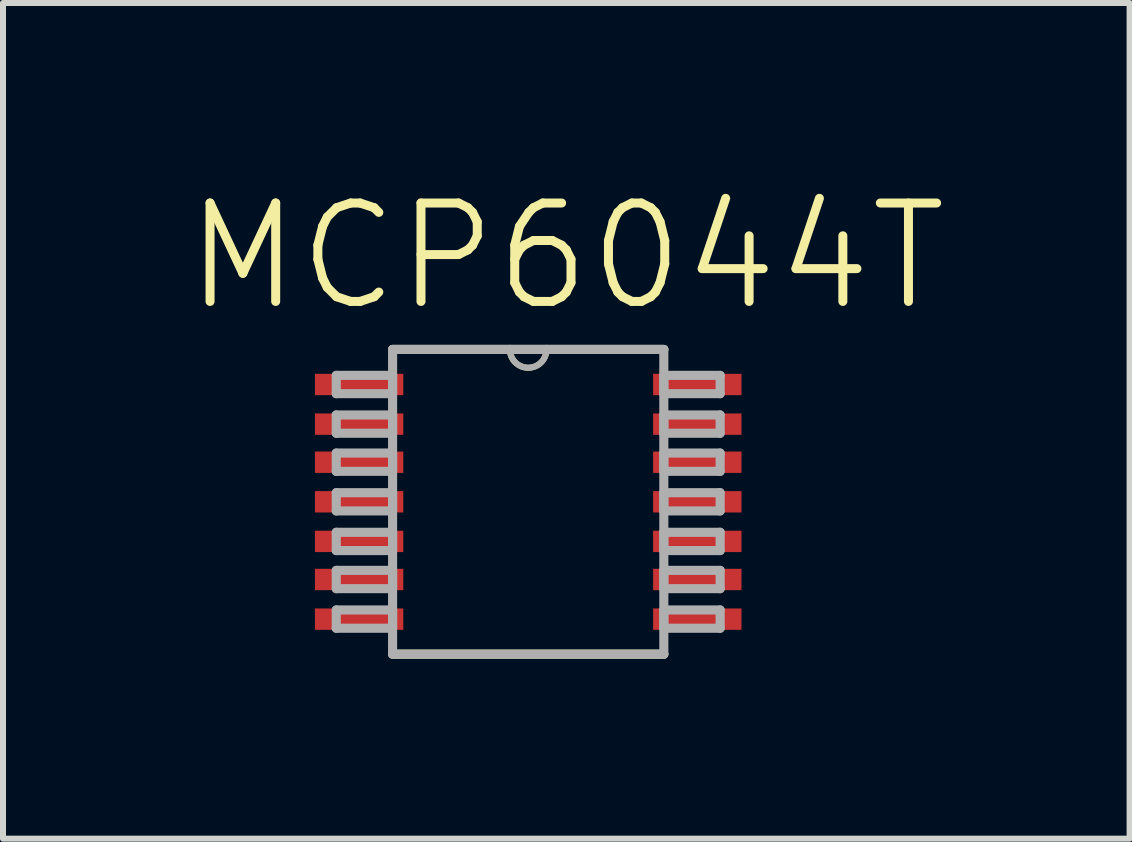
<source format=kicad_pcb>
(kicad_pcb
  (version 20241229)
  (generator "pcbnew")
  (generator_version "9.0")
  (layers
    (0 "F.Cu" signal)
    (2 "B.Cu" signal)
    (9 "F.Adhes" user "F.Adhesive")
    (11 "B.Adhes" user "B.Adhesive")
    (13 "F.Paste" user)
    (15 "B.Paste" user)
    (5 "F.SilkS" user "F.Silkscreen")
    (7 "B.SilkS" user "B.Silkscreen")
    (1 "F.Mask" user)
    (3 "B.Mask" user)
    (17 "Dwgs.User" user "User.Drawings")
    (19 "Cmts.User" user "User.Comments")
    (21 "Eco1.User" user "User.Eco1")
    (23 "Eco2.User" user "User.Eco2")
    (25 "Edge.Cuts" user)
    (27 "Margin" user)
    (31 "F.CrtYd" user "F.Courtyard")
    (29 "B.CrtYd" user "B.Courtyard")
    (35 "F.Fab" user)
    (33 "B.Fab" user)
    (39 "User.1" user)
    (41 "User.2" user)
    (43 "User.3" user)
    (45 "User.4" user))
  (footprint "MCP6044T"
    (layer "F.Cu")
    (at 5.756 5.316)
    (property "Reference" "MCP6044T" (at 0.635 -4.092 0) (layer "F.SilkS") (effects (font (size 1.641 1.641) (thickness 0.15))))
    (attr through_hole)
    (fp_line (start -2.261 2.54) (end 2.261 2.54) (stroke (width 0.152) (type solid)) (layer "F.SilkS"))
    (fp_line (start -0.305 -2.54) (end -2.261 -2.54) (stroke (width 0.152) (type solid)) (layer "F.SilkS"))
    (fp_line (start 0.305 -2.54) (end -0.305 -2.54) (stroke (width 0.152) (type solid)) (layer "F.SilkS"))
    (fp_line (start 2.261 -2.54) (end 0.305 -2.54) (stroke (width 0.152) (type solid)) (layer "F.SilkS"))
    (fp_arc (start 0.3048 -2.54) (mid 0 -2.2352) (end -0.3048 -2.54) (stroke (width 0.1) (type solid)) (layer "F.SilkS"))
    (fp_line (start -3.2 -2.108) (end -3.2 -1.803) (stroke (width 0.152) (type solid)) (layer "F.Fab"))
    (fp_line (start -3.2 -1.803) (end -2.261 -1.803) (stroke (width 0.152) (type solid)) (layer "F.Fab"))
    (fp_line (start -3.2 -1.448) (end -3.2 -1.143) (stroke (width 0.152) (type solid)) (layer "F.Fab"))
    (fp_line (start -3.2 -1.143) (end -2.261 -1.143) (stroke (width 0.152) (type solid)) (layer "F.Fab"))
    (fp_line (start -3.2 -0.813) (end -3.2 -0.508) (stroke (width 0.152) (type solid)) (layer "F.Fab"))
    (fp_line (start -3.2 -0.508) (end -2.261 -0.508) (stroke (width 0.152) (type solid)) (layer "F.Fab"))
    (fp_line (start -3.2 -0.152) (end -3.2 0.152) (stroke (width 0.152) (type solid)) (layer "F.Fab"))
    (fp_line (start -3.2 0.152) (end -2.261 0.152) (stroke (width 0.152) (type solid)) (layer "F.Fab"))
    (fp_line (start -3.2 0.508) (end -3.2 0.813) (stroke (width 0.152) (type solid)) (layer "F.Fab"))
    (fp_line (start -3.2 0.813) (end -2.261 0.813) (stroke (width 0.152) (type solid)) (layer "F.Fab"))
    (fp_line (start -3.2 1.143) (end -3.2 1.448) (stroke (width 0.152) (type solid)) (layer "F.Fab"))
    (fp_line (start -3.2 1.448) (end -2.261 1.448) (stroke (width 0.152) (type solid)) (layer "F.Fab"))
    (fp_line (start -3.2 1.803) (end -3.2 2.108) (stroke (width 0.152) (type solid)) (layer "F.Fab"))
    (fp_line (start -3.2 2.108) (end -2.261 2.108) (stroke (width 0.152) (type solid)) (layer "F.Fab"))
    (fp_line (start -2.261 -2.54) (end -2.261 2.54) (stroke (width 0.152) (type solid)) (layer "F.Fab"))
    (fp_line (start -2.261 -2.108) (end -3.2 -2.108) (stroke (width 0.152) (type solid)) (layer "F.Fab"))
    (fp_line (start -2.261 -1.803) (end -2.261 -2.108) (stroke (width 0.152) (type solid)) (layer "F.Fab"))
    (fp_line (start -2.261 -1.448) (end -3.2 -1.448) (stroke (width 0.152) (type solid)) (layer "F.Fab"))
    (fp_line (start -2.261 -1.143) (end -2.261 -1.448) (stroke (width 0.152) (type solid)) (layer "F.Fab"))
    (fp_line (start -2.261 -0.813) (end -3.2 -0.813) (stroke (width 0.152) (type solid)) (layer "F.Fab"))
    (fp_line (start -2.261 -0.508) (end -2.261 -0.813) (stroke (width 0.152) (type solid)) (layer "F.Fab"))
    (fp_line (start -2.261 -0.152) (end -3.2 -0.152) (stroke (width 0.152) (type solid)) (layer "F.Fab"))
    (fp_line (start -2.261 0.152) (end -2.261 -0.152) (stroke (width 0.152) (type solid)) (layer "F.Fab"))
    (fp_line (start -2.261 0.508) (end -3.2 0.508) (stroke (width 0.152) (type solid)) (layer "F.Fab"))
    (fp_line (start -2.261 0.813) (end -2.261 0.508) (stroke (width 0.152) (type solid)) (layer "F.Fab"))
    (fp_line (start -2.261 1.143) (end -3.2 1.143) (stroke (width 0.152) (type solid)) (layer "F.Fab"))
    (fp_line (start -2.261 1.448) (end -2.261 1.143) (stroke (width 0.152) (type solid)) (layer "F.Fab"))
    (fp_line (start -2.261 1.803) (end -3.2 1.803) (stroke (width 0.152) (type solid)) (layer "F.Fab"))
    (fp_line (start -2.261 2.108) (end -2.261 1.803) (stroke (width 0.152) (type solid)) (layer "F.Fab"))
    (fp_line (start -2.261 2.54) (end 2.261 2.54) (stroke (width 0.152) (type solid)) (layer "F.Fab"))
    (fp_line (start -0.305 -2.54) (end -2.261 -2.54) (stroke (width 0.152) (type solid)) (layer "F.Fab"))
    (fp_line (start 0.305 -2.54) (end -0.305 -2.54) (stroke (width 0.152) (type solid)) (layer "F.Fab"))
    (fp_line (start 2.261 -2.54) (end 0.305 -2.54) (stroke (width 0.152) (type solid)) (layer "F.Fab"))
    (fp_line (start 2.261 -2.108) (end 2.261 -1.803) (stroke (width 0.152) (type solid)) (layer "F.Fab"))
    (fp_line (start 2.261 -1.803) (end 3.2 -1.803) (stroke (width 0.152) (type solid)) (layer "F.Fab"))
    (fp_line (start 2.261 -1.448) (end 2.261 -1.143) (stroke (width 0.152) (type solid)) (layer "F.Fab"))
    (fp_line (start 2.261 -1.143) (end 3.2 -1.143) (stroke (width 0.152) (type solid)) (layer "F.Fab"))
    (fp_line (start 2.261 -0.813) (end 2.261 -0.508) (stroke (width 0.152) (type solid)) (layer "F.Fab"))
    (fp_line (start 2.261 -0.508) (end 3.2 -0.508) (stroke (width 0.152) (type solid)) (layer "F.Fab"))
    (fp_line (start 2.261 -0.152) (end 2.261 0.152) (stroke (width 0.152) (type solid)) (layer "F.Fab"))
    (fp_line (start 2.261 0.152) (end 3.2 0.152) (stroke (width 0.152) (type solid)) (layer "F.Fab"))
    (fp_line (start 2.261 0.508) (end 2.261 0.813) (stroke (width 0.152) (type solid)) (layer "F.Fab"))
    (fp_line (start 2.261 0.813) (end 3.2 0.813) (stroke (width 0.152) (type solid)) (layer "F.Fab"))
    (fp_line (start 2.261 1.143) (end 2.261 1.448) (stroke (width 0.152) (type solid)) (layer "F.Fab"))
    (fp_line (start 2.261 1.448) (end 3.2 1.448) (stroke (width 0.152) (type solid)) (layer "F.Fab"))
    (fp_line (start 2.261 1.803) (end 2.261 2.108) (stroke (width 0.152) (type solid)) (layer "F.Fab"))
    (fp_line (start 2.261 2.108) (end 3.2 2.108) (stroke (width 0.152) (type solid)) (layer "F.Fab"))
    (fp_line (start 2.261 2.54) (end 2.261 -2.54) (stroke (width 0.152) (type solid)) (layer "F.Fab"))
    (fp_line (start 3.2 -2.108) (end 2.261 -2.108) (stroke (width 0.152) (type solid)) (layer "F.Fab"))
    (fp_line (start 3.2 -1.803) (end 3.2 -2.108) (stroke (width 0.152) (type solid)) (layer "F.Fab"))
    (fp_line (start 3.2 -1.448) (end 2.261 -1.448) (stroke (width 0.152) (type solid)) (layer "F.Fab"))
    (fp_line (start 3.2 -1.143) (end 3.2 -1.448) (stroke (width 0.152) (type solid)) (layer "F.Fab"))
    (fp_line (start 3.2 -0.813) (end 2.261 -0.813) (stroke (width 0.152) (type solid)) (layer "F.Fab"))
    (fp_line (start 3.2 -0.508) (end 3.2 -0.813) (stroke (width 0.152) (type solid)) (layer "F.Fab"))
    (fp_line (start 3.2 -0.152) (end 2.261 -0.152) (stroke (width 0.152) (type solid)) (layer "F.Fab"))
    (fp_line (start 3.2 0.152) (end 3.2 -0.152) (stroke (width 0.152) (type solid)) (layer "F.Fab"))
    (fp_line (start 3.2 0.508) (end 2.261 0.508) (stroke (width 0.152) (type solid)) (layer "F.Fab"))
    (fp_line (start 3.2 0.813) (end 3.2 0.508) (stroke (width 0.152) (type solid)) (layer "F.Fab"))
    (fp_line (start 3.2 1.143) (end 2.261 1.143) (stroke (width 0.152) (type solid)) (layer "F.Fab"))
    (fp_line (start 3.2 1.448) (end 3.2 1.143) (stroke (width 0.152) (type solid)) (layer "F.Fab"))
    (fp_line (start 3.2 1.803) (end 2.261 1.803) (stroke (width 0.152) (type solid)) (layer "F.Fab"))
    (fp_line (start 3.2 2.108) (end 3.2 1.803) (stroke (width 0.152) (type solid)) (layer "F.Fab"))
    (fp_arc (start 0.3048 -2.54) (mid 0 -2.2352) (end -0.3048 -2.54) (stroke (width 0.1) (type solid)) (layer "F.Fab"))
    (pad "1" smd rect (at -2.819 -1.956) (size 1.473 0.356) (layers "F.Cu" "F.Mask" "F.Paste"))
    (pad "2" smd rect (at -2.819 -1.295) (size 1.473 0.356) (layers "F.Cu" "F.Mask" "F.Paste"))
    (pad "3" smd rect (at -2.819 -0.66) (size 1.473 0.356) (layers "F.Cu" "F.Mask" "F.Paste"))
    (pad "4" smd rect (at -2.819 0) (size 1.473 0.356) (layers "F.Cu" "F.Mask" "F.Paste"))
    (pad "5" smd rect (at -2.819 0.66) (size 1.473 0.356) (layers "F.Cu" "F.Mask" "F.Paste"))
    (pad "6" smd rect (at -2.819 1.295) (size 1.473 0.356) (layers "F.Cu" "F.Mask" "F.Paste"))
    (pad "7" smd rect (at -2.819 1.956) (size 1.473 0.356) (layers "F.Cu" "F.Mask" "F.Paste"))
    (pad "8" smd rect (at 2.819 1.956) (size 1.473 0.356) (layers "F.Cu" "F.Mask" "F.Paste"))
    (pad "9" smd rect (at 2.819 1.295) (size 1.473 0.356) (layers "F.Cu" "F.Mask" "F.Paste"))
    (pad "10" smd rect (at 2.819 0.66) (size 1.473 0.356) (layers "F.Cu" "F.Mask" "F.Paste"))
    (pad "11" smd rect (at 2.819 0) (size 1.473 0.356) (layers "F.Cu" "F.Mask" "F.Paste"))
    (pad "12" smd rect (at 2.819 -0.66) (size 1.473 0.356) (layers "F.Cu" "F.Mask" "F.Paste"))
    (pad "13" smd rect (at 2.819 -1.295) (size 1.473 0.356) (layers "F.Cu" "F.Mask" "F.Paste"))
    (pad "14" smd rect (at 2.819 -1.956) (size 1.473 0.356) (layers "F.Cu" "F.Mask" "F.Paste")))
  (gr_rect
    (start -3 -3)
    (end 15.782 10.932)
    (stroke (width 0.1) (type default))
    (fill no)
    (layer "Edge.Cuts")))
</source>
